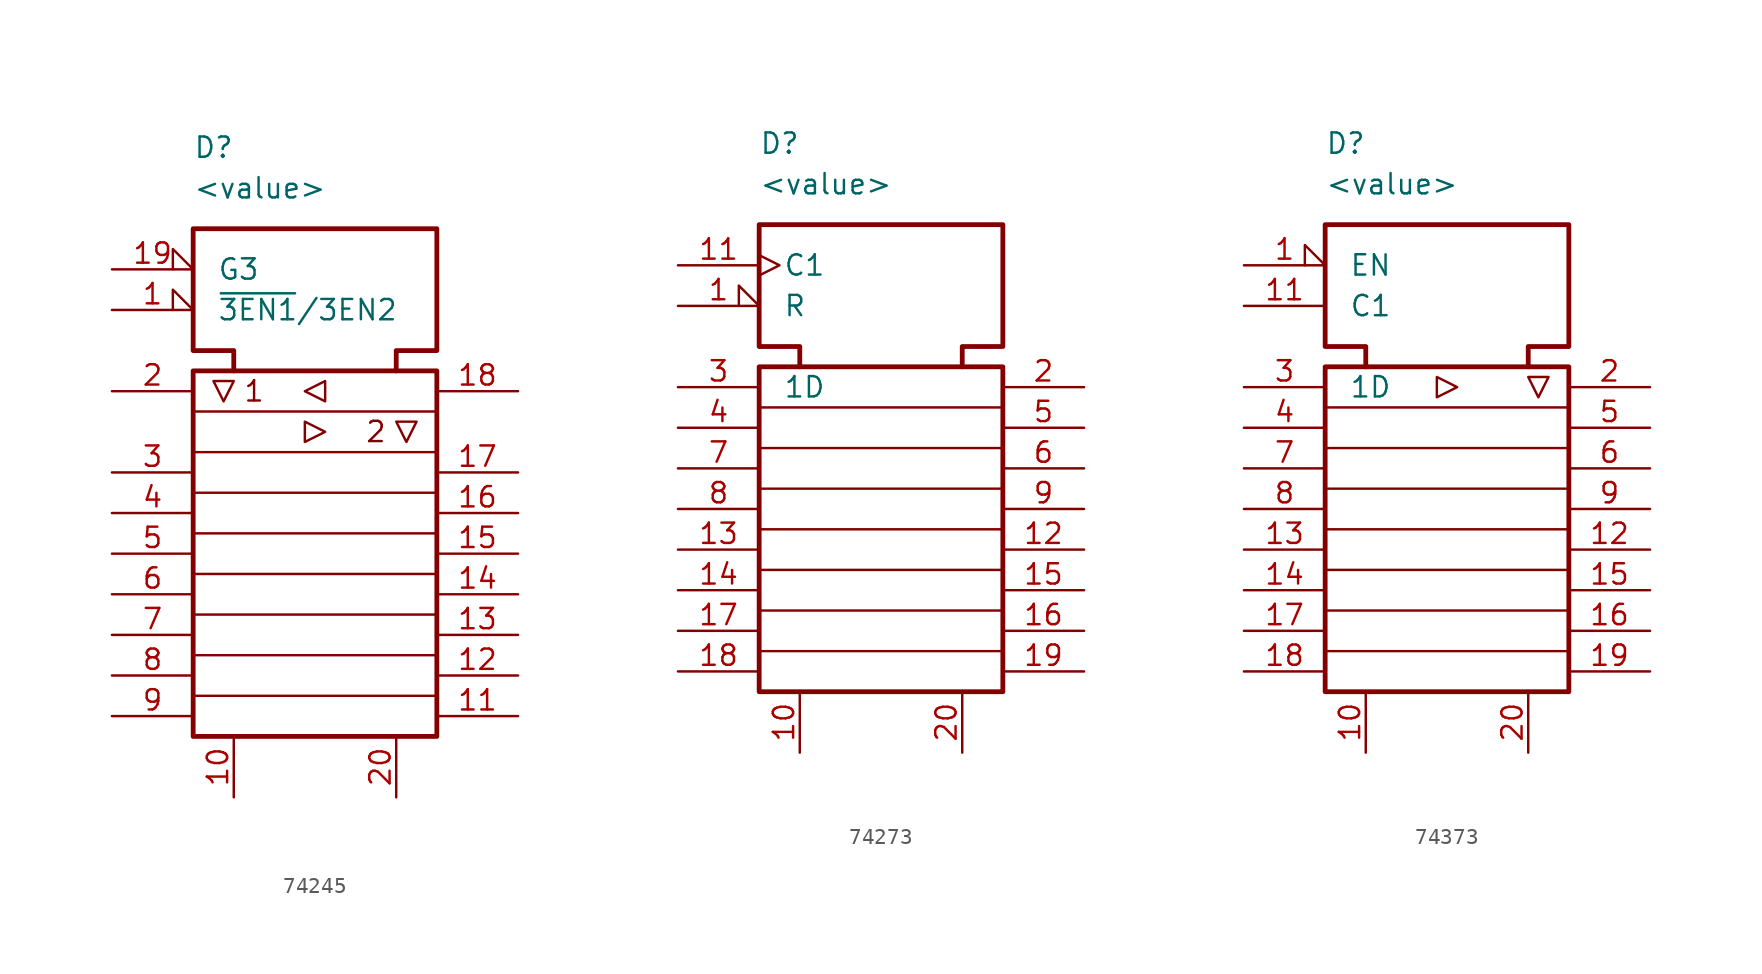
<source format=kicad_sym>
(kicad_symbol_lib
  (version 20231120)
  (generator "kicad_symbol_editor")
  (generator_version "8.0")
  (symbol "74245"
    (pin_names
      (offset 1.5))
    (property "Reference" "D"
      (at -7.62 25.4 0)
      (effects (font (size 1.27 1.27)) (justify left)))
    (property "Value" "<value>"
      (at -7.62 22.86 0)
      (effects (font (size 1.27 1.27)) (justify left)))
    (symbol "74245_0_1"
      (rectangle (start -7.62 11.43) (end 7.62 -11.43) (stroke (width 0.3) (type default)) (fill (type none)))
      (polyline (pts (xy 7.62 -8.89) (xy -7.62 -8.89)) (stroke (width 0) (type default)) (fill (type none)))
      (polyline (pts (xy 7.62 -6.35) (xy -7.62 -6.35)) (stroke (width 0) (type default)) (fill (type none)))
      (polyline (pts (xy 7.62 -3.81) (xy -7.62 -3.81)) (stroke (width 0) (type default)) (fill (type none)))
      (polyline (pts (xy 7.62 -1.27) (xy -7.62 -1.27)) (stroke (width 0) (type default)) (fill (type none)))
      (polyline (pts (xy 7.62 1.27) (xy -7.62 1.27)) (stroke (width 0) (type default)) (fill (type none)))
      (polyline (pts (xy 7.62 3.81) (xy -7.62 3.81)) (stroke (width 0) (type default)) (fill (type none)))
      (polyline (pts (xy 7.62 6.35) (xy -7.62 6.35)) (stroke (width 0) (type default)) (fill (type none)))
      (polyline (pts (xy 7.62 8.89) (xy -7.62 8.89)) (stroke (width 0) (type default)) (fill (type none)))
      (polyline (pts (xy -6.35 10.795) (xy -5.08 10.795) (xy -5.715 9.525) (xy -6.35 10.795)) (stroke (width 0) (type default)) (fill (type none)))
      (polyline (pts (xy -0.635 6.985) (xy -0.635 8.255) (xy 0.635 7.62) (xy -0.635 6.985)) (stroke (width 0) (type default)) (fill (type none)))
      (polyline (pts (xy 0.635 10.795) (xy 0.635 9.525) (xy -0.635 10.16) (xy 0.635 10.795)) (stroke (width 0) (type default)) (fill (type none)))
      (polyline (pts (xy 5.08 8.255) (xy 6.35 8.255) (xy 5.715 6.985) (xy 5.08 8.255)) (stroke (width 0) (type default)) (fill (type none)))
      (polyline (pts (xy -5.08 11.43) (xy -5.08 12.7) (xy -7.62 12.7) (xy -7.62 20.32) (xy 7.62 20.32) (xy 7.62 12.7) (xy 5.08 12.7) (xy 5.08 11.43)) (stroke (width 0.3) (type default)) (fill (type none)))
      (text "1" (at -3.81 10.16 0) (effects (font (size 1.27 1.27))))
      (text "2" (at 3.81 7.62 0) (effects (font (size 1.27 1.27)))))
    (symbol "74245_1_1"
      (pin input input_low (at -12.7 15.24 0) (length 5.08) (name "~{3EN1}/3EN2" (effects (font (size 1.27 1.27)))) (number "1" (effects (font (size 1.27 1.27)))))
      (pin power_in line (at -5.08 -15.24 90) (length 3.81) (name "" (effects (font (size 1.27 1.27)))) (number "10" (effects (font (size 1.27 1.27)))))
      (pin tri_state line (at 12.7 -10.16 180) (length 5.08) (name "" (effects (font (size 1.27 1.27)))) (number "11" (effects (font (size 1.27 1.27)))))
      (pin tri_state line (at 12.7 -7.62 180) (length 5.08) (name "" (effects (font (size 1.27 1.27)))) (number "12" (effects (font (size 1.27 1.27)))))
      (pin tri_state line (at 12.7 -5.08 180) (length 5.08) (name "" (effects (font (size 1.27 1.27)))) (number "13" (effects (font (size 1.27 1.27)))))
      (pin tri_state line (at 12.7 -2.54 180) (length 5.08) (name "" (effects (font (size 1.27 1.27)))) (number "14" (effects (font (size 1.27 1.27)))))
      (pin tri_state line (at 12.7 0 180) (length 5.08) (name "" (effects (font (size 1.27 1.27)))) (number "15" (effects (font (size 1.27 1.27)))))
      (pin tri_state line (at 12.7 2.54 180) (length 5.08) (name "" (effects (font (size 1.27 1.27)))) (number "16" (effects (font (size 1.27 1.27)))))
      (pin tri_state line (at 12.7 5.08 180) (length 5.08) (name "" (effects (font (size 1.27 1.27)))) (number "17" (effects (font (size 1.27 1.27)))))
      (pin tri_state line (at 12.7 10.16 180) (length 5.08) (name "" (effects (font (size 1.27 1.27)))) (number "18" (effects (font (size 1.27 1.27)))))
      (pin input input_low (at -12.7 17.78 0) (length 5.08) (name "G3" (effects (font (size 1.27 1.27)))) (number "19" (effects (font (size 1.27 1.27)))))
      (pin tri_state line (at -12.7 10.16 0) (length 5.08) (name "" (effects (font (size 1.27 1.27)))) (number "2" (effects (font (size 1.27 1.27)))))
      (pin power_in line (at 5.08 -15.24 90) (length 3.81) (name "" (effects (font (size 1.27 1.27)))) (number "20" (effects (font (size 1.27 1.27)))))
      (pin tri_state line (at -12.7 5.08 0) (length 5.08) (name "" (effects (font (size 1.27 1.27)))) (number "3" (effects (font (size 1.27 1.27)))))
      (pin tri_state line (at -12.7 2.54 0) (length 5.08) (name "" (effects (font (size 1.27 1.27)))) (number "4" (effects (font (size 1.27 1.27)))))
      (pin tri_state line (at -12.7 0 0) (length 5.08) (name "" (effects (font (size 1.27 1.27)))) (number "5" (effects (font (size 1.27 1.27)))))
      (pin tri_state line (at -12.7 -2.54 0) (length 5.08) (name "" (effects (font (size 1.27 1.27)))) (number "6" (effects (font (size 1.27 1.27)))))
      (pin tri_state line (at -12.7 -5.08 0) (length 5.08) (name "" (effects (font (size 1.27 1.27)))) (number "7" (effects (font (size 1.27 1.27)))))
      (pin tri_state line (at -12.7 -7.62 0) (length 5.08) (name "" (effects (font (size 1.27 1.27)))) (number "8" (effects (font (size 1.27 1.27)))))
      (pin tri_state line (at -12.7 -10.16 0) (length 5.08) (name "" (effects (font (size 1.27 1.27)))) (number "9" (effects (font (size 1.27 1.27)))))))
  (symbol "74273"
    (pin_names
      (offset 1.5))
    (property "Reference" "D"
      (at -7.62 22.86 0)
      (effects (font (size 1.27 1.27)) (justify left)))
    (property "Value" "<value>"
      (at -7.62 20.32 0)
      (effects (font (size 1.27 1.27)) (justify left)))
    (symbol "74273_0_1"
      (rectangle (start -7.62 8.89) (end 7.62 -11.43) (stroke (width 0.3) (type default)) (fill (type none)))
      (polyline (pts (xy 7.62 -8.89) (xy -7.62 -8.89)) (stroke (width 0) (type default)) (fill (type none)))
      (polyline (pts (xy 7.62 -6.35) (xy -7.62 -6.35)) (stroke (width 0) (type default)) (fill (type none)))
      (polyline (pts (xy 7.62 -3.81) (xy -7.62 -3.81)) (stroke (width 0) (type default)) (fill (type none)))
      (polyline (pts (xy 7.62 -1.27) (xy -7.62 -1.27)) (stroke (width 0) (type default)) (fill (type none)))
      (polyline (pts (xy 7.62 1.27) (xy -7.62 1.27)) (stroke (width 0) (type default)) (fill (type none)))
      (polyline (pts (xy 7.62 3.81) (xy -7.62 3.81)) (stroke (width 0) (type default)) (fill (type none)))
      (polyline (pts (xy 7.62 6.35) (xy -7.62 6.35)) (stroke (width 0) (type default)) (fill (type none)))
      (polyline (pts (xy -5.08 8.89) (xy -5.08 10.16) (xy -7.62 10.16) (xy -7.62 17.78) (xy 7.62 17.78) (xy 7.62 10.16) (xy 5.08 10.16) (xy 5.08 8.89)) (stroke (width 0.3) (type default)) (fill (type none))))
    (symbol "74273_1_1"
      (pin input input_low (at -12.7 12.7 0) (length 5.08) (name "R" (effects (font (size 1.27 1.27)))) (number "1" (effects (font (size 1.27 1.27)))))
      (pin power_in line (at -5.08 -15.24 90) (length 3.81) (name "" (effects (font (size 1.27 1.27)))) (number "10" (effects (font (size 1.27 1.27)))))
      (pin input clock (at -12.7 15.24 0) (length 5.08) (name "C1" (effects (font (size 1.27 1.27)))) (number "11" (effects (font (size 1.27 1.27)))))
      (pin output line (at 12.7 -2.54 180) (length 5.08) (name "" (effects (font (size 1.27 1.27)))) (number "12" (effects (font (size 1.27 1.27)))))
      (pin input line (at -12.7 -2.54 0) (length 5.08) (name "" (effects (font (size 1.27 1.27)))) (number "13" (effects (font (size 1.27 1.27)))))
      (pin input line (at -12.7 -5.08 0) (length 5.08) (name "" (effects (font (size 1.27 1.27)))) (number "14" (effects (font (size 1.27 1.27)))))
      (pin output line (at 12.7 -5.08 180) (length 5.08) (name "" (effects (font (size 1.27 1.27)))) (number "15" (effects (font (size 1.27 1.27)))))
      (pin output line (at 12.7 -7.62 180) (length 5.08) (name "" (effects (font (size 1.27 1.27)))) (number "16" (effects (font (size 1.27 1.27)))))
      (pin input line (at -12.7 -7.62 0) (length 5.08) (name "" (effects (font (size 1.27 1.27)))) (number "17" (effects (font (size 1.27 1.27)))))
      (pin input line (at -12.7 -10.16 0) (length 5.08) (name "" (effects (font (size 1.27 1.27)))) (number "18" (effects (font (size 1.27 1.27)))))
      (pin output line (at 12.7 -10.16 180) (length 5.08) (name "" (effects (font (size 1.27 1.27)))) (number "19" (effects (font (size 1.27 1.27)))))
      (pin output line (at 12.7 7.62 180) (length 5.08) (name "" (effects (font (size 1.27 1.27)))) (number "2" (effects (font (size 1.27 1.27)))))
      (pin power_in line (at 5.08 -15.24 90) (length 3.81) (name "" (effects (font (size 1.27 1.27)))) (number "20" (effects (font (size 1.27 1.27)))))
      (pin input line (at -12.7 7.62 0) (length 5.08) (name "1D" (effects (font (size 1.27 1.27)))) (number "3" (effects (font (size 1.27 1.27)))))
      (pin input line (at -12.7 5.08 0) (length 5.08) (name "" (effects (font (size 1.27 1.27)))) (number "4" (effects (font (size 1.27 1.27)))))
      (pin output line (at 12.7 5.08 180) (length 5.08) (name "" (effects (font (size 1.27 1.27)))) (number "5" (effects (font (size 1.27 1.27)))))
      (pin output line (at 12.7 2.54 180) (length 5.08) (name "" (effects (font (size 1.27 1.27)))) (number "6" (effects (font (size 1.27 1.27)))))
      (pin input line (at -12.7 2.54 0) (length 5.08) (name "" (effects (font (size 1.27 1.27)))) (number "7" (effects (font (size 1.27 1.27)))))
      (pin input line (at -12.7 0 0) (length 5.08) (name "" (effects (font (size 1.27 1.27)))) (number "8" (effects (font (size 1.27 1.27)))))
      (pin output line (at 12.7 0 180) (length 5.08) (name "" (effects (font (size 1.27 1.27)))) (number "9" (effects (font (size 1.27 1.27)))))))
  (symbol "74373"
    (pin_names
      (offset 1.5))
    (property "Reference" "D"
      (at -7.62 22.86 0)
      (effects (font (size 1.27 1.27)) (justify left)))
    (property "Value" "<value>"
      (at -7.62 20.32 0)
      (effects (font (size 1.27 1.27)) (justify left)))
    (symbol "74373_0_1"
      (rectangle (start -7.62 8.89) (end 7.62 -11.43) (stroke (width 0.3) (type default)) (fill (type none)))
      (polyline (pts (xy 7.62 -8.89) (xy -7.62 -8.89)) (stroke (width 0) (type default)) (fill (type none)))
      (polyline (pts (xy 7.62 -6.35) (xy -7.62 -6.35)) (stroke (width 0) (type default)) (fill (type none)))
      (polyline (pts (xy 7.62 -3.81) (xy -7.62 -3.81)) (stroke (width 0) (type default)) (fill (type none)))
      (polyline (pts (xy 7.62 -1.27) (xy -7.62 -1.27)) (stroke (width 0) (type default)) (fill (type none)))
      (polyline (pts (xy 7.62 1.27) (xy -7.62 1.27)) (stroke (width 0) (type default)) (fill (type none)))
      (polyline (pts (xy 7.62 3.81) (xy -7.62 3.81)) (stroke (width 0) (type default)) (fill (type none)))
      (polyline (pts (xy 7.62 6.35) (xy -7.62 6.35)) (stroke (width 0) (type default)) (fill (type none)))
      (polyline (pts (xy -0.635 6.985) (xy -0.635 8.255) (xy 0.635 7.62) (xy -0.635 6.985)) (stroke (width 0) (type default)) (fill (type none)))
      (polyline (pts (xy 5.08 8.255) (xy 6.35 8.255) (xy 5.715 6.985) (xy 5.08 8.255)) (stroke (width 0) (type default)) (fill (type none)))
      (polyline (pts (xy -5.08 8.89) (xy -5.08 10.16) (xy -7.62 10.16) (xy -7.62 17.78) (xy 7.62 17.78) (xy 7.62 10.16) (xy 5.08 10.16) (xy 5.08 8.89)) (stroke (width 0.3) (type default)) (fill (type none))))
    (symbol "74373_1_1"
      (pin input input_low (at -12.7 15.24 0) (length 5.08) (name "EN" (effects (font (size 1.27 1.27)))) (number "1" (effects (font (size 1.27 1.27)))))
      (pin power_in line (at -5.08 -15.24 90) (length 3.81) (name "" (effects (font (size 1.27 1.27)))) (number "10" (effects (font (size 1.27 1.27)))))
      (pin input line (at -12.7 12.7 0) (length 5.08) (name "C1" (effects (font (size 1.27 1.27)))) (number "11" (effects (font (size 1.27 1.27)))))
      (pin tri_state line (at 12.7 -2.54 180) (length 5.08) (name "" (effects (font (size 1.27 1.27)))) (number "12" (effects (font (size 1.27 1.27)))))
      (pin input line (at -12.7 -2.54 0) (length 5.08) (name "" (effects (font (size 1.27 1.27)))) (number "13" (effects (font (size 1.27 1.27)))))
      (pin input line (at -12.7 -5.08 0) (length 5.08) (name "" (effects (font (size 1.27 1.27)))) (number "14" (effects (font (size 1.27 1.27)))))
      (pin tri_state line (at 12.7 -5.08 180) (length 5.08) (name "" (effects (font (size 1.27 1.27)))) (number "15" (effects (font (size 1.27 1.27)))))
      (pin tri_state line (at 12.7 -7.62 180) (length 5.08) (name "" (effects (font (size 1.27 1.27)))) (number "16" (effects (font (size 1.27 1.27)))))
      (pin input line (at -12.7 -7.62 0) (length 5.08) (name "" (effects (font (size 1.27 1.27)))) (number "17" (effects (font (size 1.27 1.27)))))
      (pin input line (at -12.7 -10.16 0) (length 5.08) (name "" (effects (font (size 1.27 1.27)))) (number "18" (effects (font (size 1.27 1.27)))))
      (pin tri_state line (at 12.7 -10.16 180) (length 5.08) (name "" (effects (font (size 1.27 1.27)))) (number "19" (effects (font (size 1.27 1.27)))))
      (pin tri_state line (at 12.7 7.62 180) (length 5.08) (name "" (effects (font (size 1.27 1.27)))) (number "2" (effects (font (size 1.27 1.27)))))
      (pin power_in line (at 5.08 -15.24 90) (length 3.81) (name "" (effects (font (size 1.27 1.27)))) (number "20" (effects (font (size 1.27 1.27)))))
      (pin input line (at -12.7 7.62 0) (length 5.08) (name "1D" (effects (font (size 1.27 1.27)))) (number "3" (effects (font (size 1.27 1.27)))))
      (pin input line (at -12.7 5.08 0) (length 5.08) (name "" (effects (font (size 1.27 1.27)))) (number "4" (effects (font (size 1.27 1.27)))))
      (pin tri_state line (at 12.7 5.08 180) (length 5.08) (name "" (effects (font (size 1.27 1.27)))) (number "5" (effects (font (size 1.27 1.27)))))
      (pin tri_state line (at 12.7 2.54 180) (length 5.08) (name "" (effects (font (size 1.27 1.27)))) (number "6" (effects (font (size 1.27 1.27)))))
      (pin input line (at -12.7 2.54 0) (length 5.08) (name "" (effects (font (size 1.27 1.27)))) (number "7" (effects (font (size 1.27 1.27)))))
      (pin input line (at -12.7 0 0) (length 5.08) (name "" (effects (font (size 1.27 1.27)))) (number "8" (effects (font (size 1.27 1.27)))))
      (pin tri_state line (at 12.7 0 180) (length 5.08) (name "" (effects (font (size 1.27 1.27)))) (number "9" (effects (font (size 1.27 1.27))))))))
</source>
